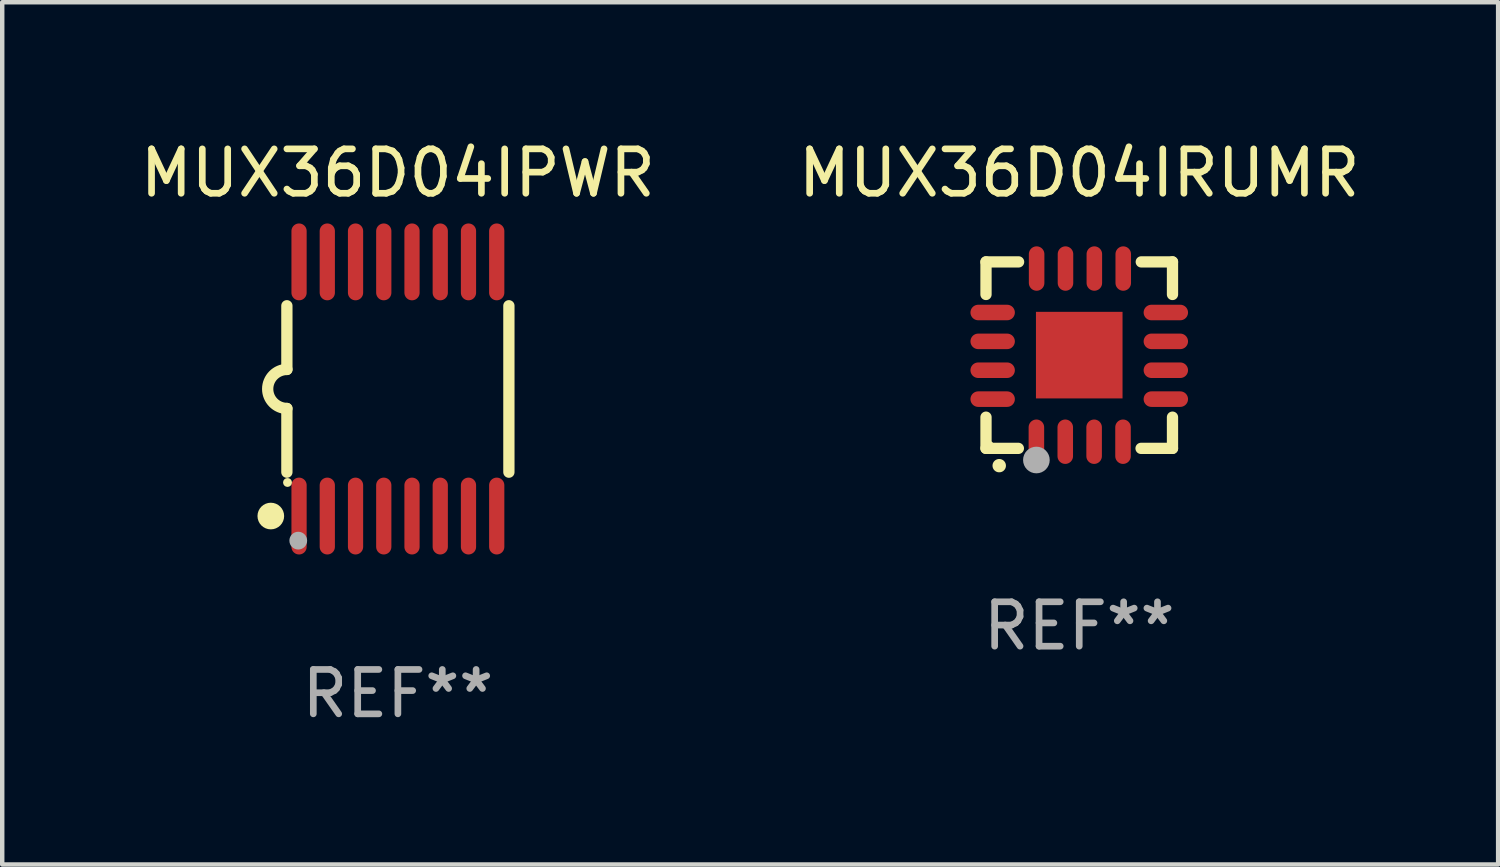
<source format=kicad_pcb>
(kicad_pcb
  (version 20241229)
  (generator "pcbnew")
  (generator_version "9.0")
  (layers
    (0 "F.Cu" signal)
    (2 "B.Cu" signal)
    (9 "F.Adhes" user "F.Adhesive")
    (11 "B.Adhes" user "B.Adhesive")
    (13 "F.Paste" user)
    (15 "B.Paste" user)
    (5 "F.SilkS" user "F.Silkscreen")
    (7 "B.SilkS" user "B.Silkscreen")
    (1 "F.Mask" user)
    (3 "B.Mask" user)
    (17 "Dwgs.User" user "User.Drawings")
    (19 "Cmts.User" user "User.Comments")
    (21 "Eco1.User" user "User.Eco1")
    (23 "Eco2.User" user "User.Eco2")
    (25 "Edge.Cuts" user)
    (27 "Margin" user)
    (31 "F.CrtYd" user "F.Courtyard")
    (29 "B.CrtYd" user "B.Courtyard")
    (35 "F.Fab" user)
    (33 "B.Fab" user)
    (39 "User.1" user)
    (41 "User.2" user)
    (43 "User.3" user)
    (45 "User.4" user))
  (footprint "MUX36D04IPWR"
    (layer "F.Cu")
    (at 5.911 5.71)
    (property "Reference" "MUX36D04IPWR" (at 0 -4.862 0) (layer "F.SilkS") (effects (font (size 1 1) (thickness 0.15))))
    (attr through_hole)
    (fp_line (start -2.5 -1.874) (end -2.5 -0.439) (stroke (width 0.254) (type solid)) (layer "F.SilkS"))
    (fp_line (start -2.5 1.874) (end -2.5 0.439) (stroke (width 0.254) (type solid)) (layer "F.SilkS"))
    (fp_line (start 2.5 -1.874) (end 2.5 1.874) (stroke (width 0.254) (type solid)) (layer "F.SilkS"))
    (fp_arc (start -2.5 0.438989) (mid -2.938633 -0.000597) (end -2.499365 -0.439547) (stroke (width 0.254001) (type solid)) (layer "F.SilkS"))
    (fp_circle (center -2.862 2.862) (end -2.712 2.862) (stroke (width 0.3) (type solid)) (fill no) (layer "F.SilkS"))
    (fp_circle (center -2.486 2.106) (end -2.436 2.106) (stroke (width 0.1) (type solid)) (fill no) (layer "F.SilkS"))
    (fp_circle (center -2.244 3.416) (end -2.144 3.416) (stroke (width 0.2) (type solid)) (fill no) (layer "F.Fab"))
    (fp_text user "REF**" (at 0 6.862 0) (layer "F.Fab") (effects (font (size 1 1) (thickness 0.15))))
    (pad "1" smd oval (at -2.226 2.862) (size 0.343 1.731) (layers "F.Cu" "F.Mask" "F.Paste"))
    (pad "2" smd oval (at -1.59 2.862) (size 0.343 1.731) (layers "F.Cu" "F.Mask" "F.Paste"))
    (pad "3" smd oval (at -0.954 2.862) (size 0.343 1.731) (layers "F.Cu" "F.Mask" "F.Paste"))
    (pad "4" smd oval (at -0.318 2.862) (size 0.343 1.731) (layers "F.Cu" "F.Mask" "F.Paste"))
    (pad "5" smd oval (at 0.318 2.862) (size 0.343 1.731) (layers "F.Cu" "F.Mask" "F.Paste"))
    (pad "6" smd oval (at 0.954 2.862) (size 0.343 1.731) (layers "F.Cu" "F.Mask" "F.Paste"))
    (pad "7" smd oval (at 1.59 2.862) (size 0.343 1.731) (layers "F.Cu" "F.Mask" "F.Paste"))
    (pad "8" smd oval (at 2.226 2.862) (size 0.343 1.731) (layers "F.Cu" "F.Mask" "F.Paste"))
    (pad "9" smd oval (at 2.226 -2.862) (size 0.343 1.731) (layers "F.Cu" "F.Mask" "F.Paste"))
    (pad "10" smd oval (at 1.59 -2.862) (size 0.343 1.731) (layers "F.Cu" "F.Mask" "F.Paste"))
    (pad "11" smd oval (at 0.954 -2.862) (size 0.343 1.731) (layers "F.Cu" "F.Mask" "F.Paste"))
    (pad "12" smd oval (at 0.318 -2.862) (size 0.343 1.731) (layers "F.Cu" "F.Mask" "F.Paste"))
    (pad "13" smd oval (at -0.318 -2.862) (size 0.343 1.731) (layers "F.Cu" "F.Mask" "F.Paste"))
    (pad "14" smd oval (at -0.954 -2.862) (size 0.343 1.731) (layers "F.Cu" "F.Mask" "F.Paste"))
    (pad "15" smd oval (at -1.59 -2.862) (size 0.343 1.731) (layers "F.Cu" "F.Mask" "F.Paste"))
    (pad "16" smd oval (at -2.226 -2.862) (size 0.343 1.731) (layers "F.Cu" "F.Mask" "F.Paste")))
  (footprint "MUX36D04IRUMR"
    (layer "F.Cu")
    (at 21.256 4.948)
    (property "Reference" "MUX36D04IRUMR" (at 0 -4.1 0) (layer "F.SilkS") (effects (font (size 1 1) (thickness 0.15))))
    (attr through_hole)
    (fp_line (start -2.1 -2.1) (end -1.366 -2.1) (stroke (width 0.254) (type solid)) (layer "F.SilkS"))
    (fp_line (start -2.1 -1.366) (end -2.1 -2.1) (stroke (width 0.254) (type solid)) (layer "F.SilkS"))
    (fp_line (start -2.1 2.1) (end -2.1 1.397) (stroke (width 0.254) (type solid)) (layer "F.SilkS"))
    (fp_line (start -2.1 2.1) (end -1.371 2.1) (stroke (width 0.254) (type solid)) (layer "F.SilkS"))
    (fp_line (start 1.392 2.1) (end 2.1 2.1) (stroke (width 0.254) (type solid)) (layer "F.SilkS"))
    (fp_line (start 1.397 -2.1) (end 2.1 -2.1) (stroke (width 0.254) (type solid)) (layer "F.SilkS"))
    (fp_line (start 2.1 -1.366) (end 2.1 -2.1) (stroke (width 0.254) (type solid)) (layer "F.SilkS"))
    (fp_line (start 2.1 2.1) (end 2.1 1.397) (stroke (width 0.254) (type solid)) (layer "F.SilkS"))
    (fp_arc (start -1.803404 2.489205) (mid -1.802134 2.4892) (end -1.800864 2.489205) (stroke (width 0.3) (type solid)) (layer "F.SilkS"))
    (fp_circle (center -2 2) (end -1.97 2) (stroke (width 0.06) (type solid)) (fill no) (layer "F.SilkS"))
    (fp_circle (center -0.965 2.362) (end -0.815 2.362) (stroke (width 0.3) (type solid)) (fill no) (layer "F.Fab"))
    (fp_text user "REF**" (at 0 6.1 0) (layer "F.Fab") (effects (font (size 1 1) (thickness 0.15))))
    (pad "1" smd oval (at -0.965 1.95) (size 0.35 1) (layers "F.Cu" "F.Mask" "F.Paste"))
    (pad "2" smd oval (at -0.315 1.95) (size 0.35 1) (layers "F.Cu" "F.Mask" "F.Paste"))
    (pad "3" smd oval (at 0.335 1.95) (size 0.35 1) (layers "F.Cu" "F.Mask" "F.Paste"))
    (pad "4" smd oval (at 0.986 1.95) (size 0.35 1) (layers "F.Cu" "F.Mask" "F.Paste"))
    (pad "5" smd oval (at 1.95 0.991) (size 1 0.35) (layers "F.Cu" "F.Mask" "F.Paste"))
    (pad "6" smd oval (at 1.95 0.34) (size 1 0.35) (layers "F.Cu" "F.Mask" "F.Paste"))
    (pad "7" smd oval (at 1.95 -0.31) (size 1 0.35) (layers "F.Cu" "F.Mask" "F.Paste"))
    (pad "8" smd oval (at 1.95 -0.96) (size 1 0.35) (layers "F.Cu" "F.Mask" "F.Paste"))
    (pad "9" smd oval (at 0.991 -1.95) (size 0.35 1) (layers "F.Cu" "F.Mask" "F.Paste"))
    (pad "10" smd oval (at 0.34 -1.95) (size 0.35 1) (layers "F.Cu" "F.Mask" "F.Paste"))
    (pad "11" smd oval (at -0.31 -1.95) (size 0.35 1) (layers "F.Cu" "F.Mask" "F.Paste"))
    (pad "12" smd oval (at -0.96 -1.95) (size 0.35 1) (layers "F.Cu" "F.Mask" "F.Paste"))
    (pad "13" smd oval (at -1.95 -0.96) (size 1 0.35) (layers "F.Cu" "F.Mask" "F.Paste"))
    (pad "14" smd oval (at -1.95 -0.31) (size 1 0.35) (layers "F.Cu" "F.Mask" "F.Paste"))
    (pad "15" smd oval (at -1.95 0.34) (size 1 0.35) (layers "F.Cu" "F.Mask" "F.Paste"))
    (pad "16" smd oval (at -1.95 0.991) (size 1 0.35) (layers "F.Cu" "F.Mask" "F.Paste"))
    (pad "17" smd rect (at 0 0) (size 1.95 1.95) (layers "F.Cu" "F.Mask" "F.Paste")))
  (gr_rect
    (start -3 -3)
    (end 30.69 16.42)
    (stroke (width 0.1) (type default))
    (fill no)
    (layer "Edge.Cuts")))
</source>
